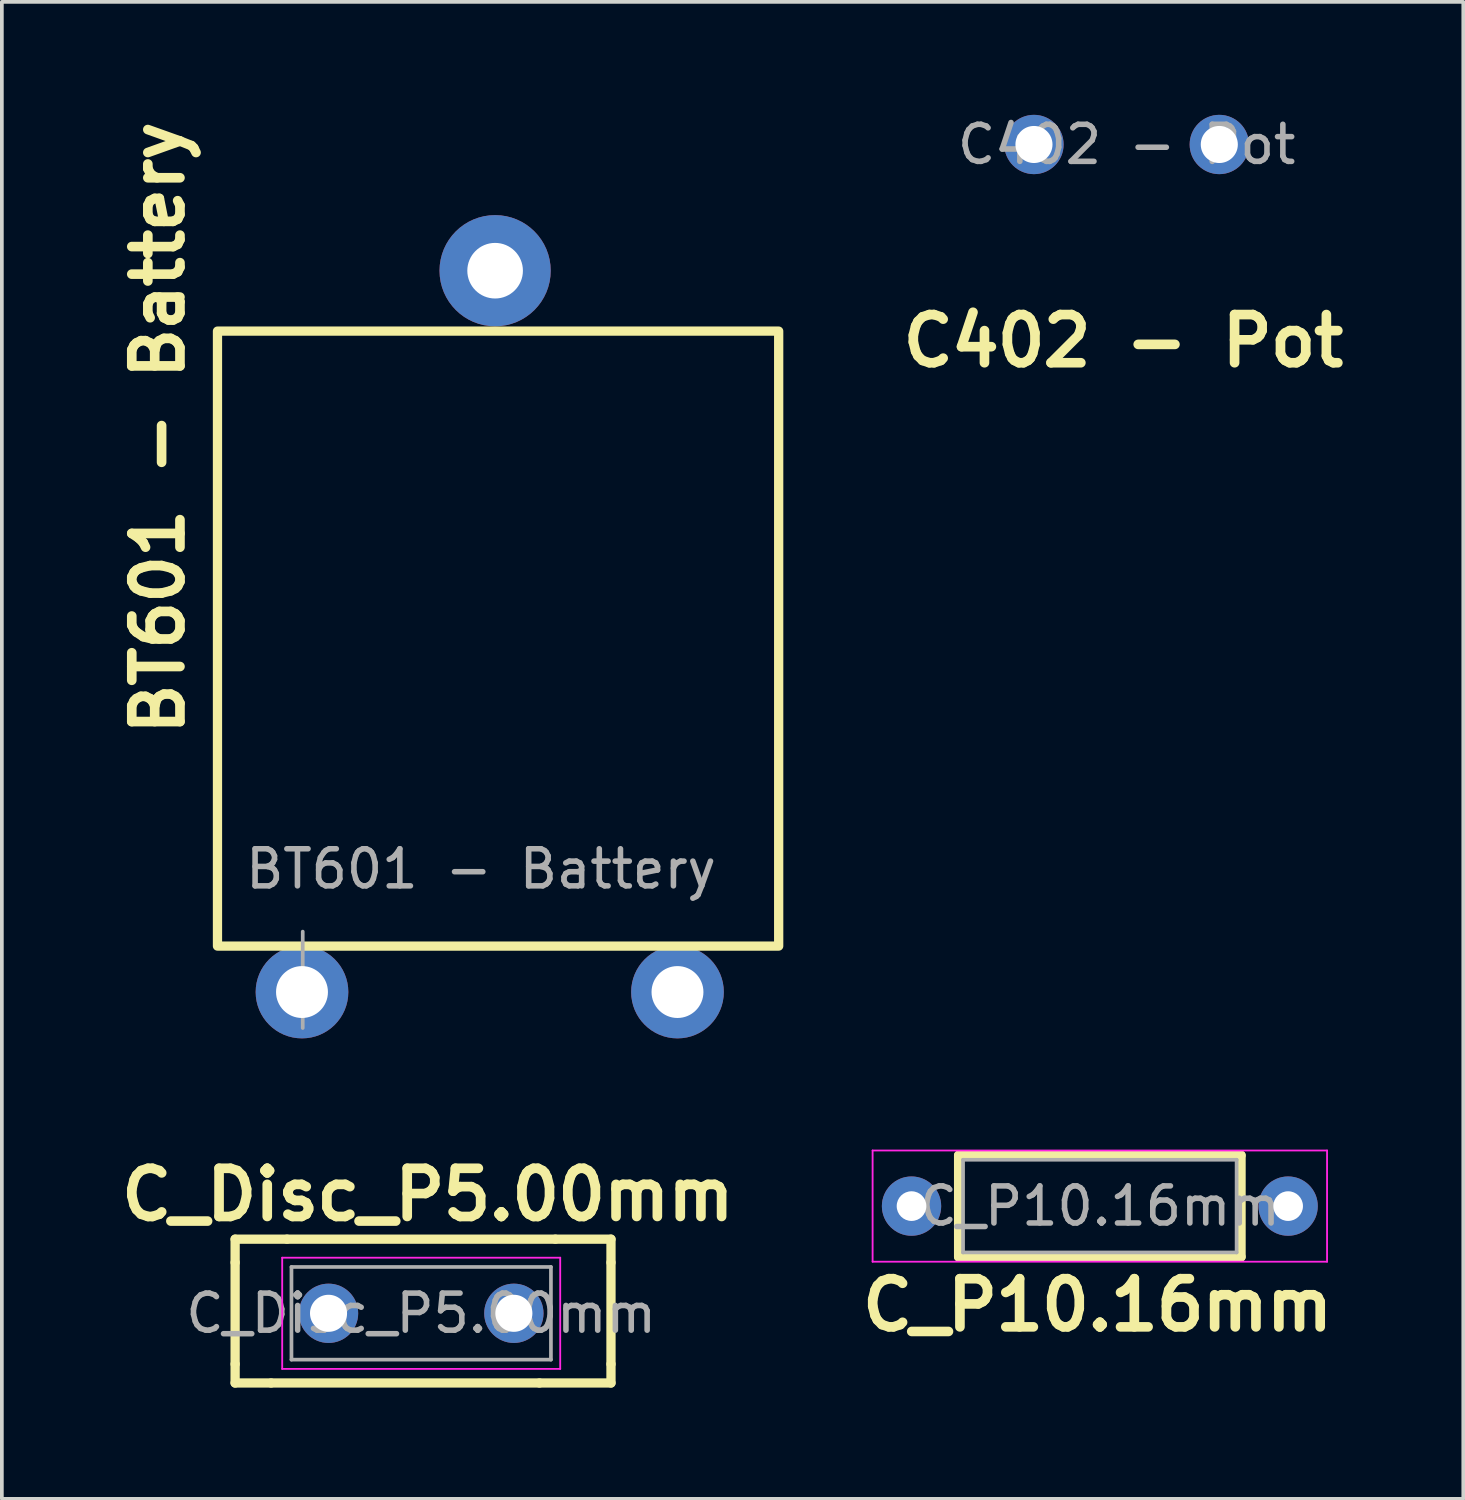
<source format=kicad_pcb>
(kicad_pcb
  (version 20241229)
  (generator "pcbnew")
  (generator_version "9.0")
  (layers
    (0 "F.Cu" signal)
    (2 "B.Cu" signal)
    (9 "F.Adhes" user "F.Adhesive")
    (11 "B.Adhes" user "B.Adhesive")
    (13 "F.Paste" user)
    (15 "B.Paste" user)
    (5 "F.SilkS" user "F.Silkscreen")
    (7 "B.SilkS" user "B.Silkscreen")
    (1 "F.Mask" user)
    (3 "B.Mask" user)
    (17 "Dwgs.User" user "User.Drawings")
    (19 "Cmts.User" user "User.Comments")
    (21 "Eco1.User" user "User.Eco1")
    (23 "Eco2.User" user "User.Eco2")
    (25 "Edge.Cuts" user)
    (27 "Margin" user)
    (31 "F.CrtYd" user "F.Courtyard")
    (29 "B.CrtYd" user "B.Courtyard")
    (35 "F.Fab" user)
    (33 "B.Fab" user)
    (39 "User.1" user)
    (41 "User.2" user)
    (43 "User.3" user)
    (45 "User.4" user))
  (footprint "C402 - Pot"
    (layer "F.Cu")
    (at 24.784 0.748)
    (property "Reference" "C402 - Pot" (at 2.47 5.4 0) (layer "F.SilkS") (effects (font (size 1.3 1.3) (thickness 0.26) (bold yes))))
    (attr through_hole)
    (fp_text user "${REFERENCE}" (at 2.56 0.1 0) (layer "F.Fab") (effects (font (size 1 1) (thickness 0.15))))
    (pad "1" thru_hole circle (at 0.06 0.1) (size 1.6 1.6) (drill 1) (layers "*.Cu" "*.Mask"))
    (pad "2" thru_hole circle (at 5.06 0.1) (size 1.6 1.6) (drill 1) (layers "*.Cu" "*.Mask")))
  (footprint "C_P10.16mm"
    (layer "F.Cu")
    (at 21.541 29.488)
    (property "Reference" "C_P10.16mm" (at 5.02 2.67 0) (layer "F.SilkS") (effects (font (size 1.3 1.3) (thickness 0.26) (bold yes))))
    (attr through_hole)
    (fp_line (start 1.27 -1.37) (end 1.27 1.37) (stroke (width 0.25) (type solid)) (layer "F.SilkS"))
    (fp_line (start 1.27 1.37) (end 8.89 1.37) (stroke (width 0.25) (type solid)) (layer "F.SilkS"))
    (fp_line (start 8.89 -1.37) (end 1.27 -1.37) (stroke (width 0.25) (type solid)) (layer "F.SilkS"))
    (fp_line (start 8.89 1.37) (end 8.89 -1.37) (stroke (width 0.25) (type solid)) (layer "F.SilkS"))
    (fp_line (start -1.05 -1.5) (end -1.05 1.5) (stroke (width 0.05) (type solid)) (layer "F.CrtYd"))
    (fp_line (start -1.05 1.5) (end 11.21 1.5) (stroke (width 0.05) (type solid)) (layer "F.CrtYd"))
    (fp_line (start 11.21 -1.5) (end -1.05 -1.5) (stroke (width 0.05) (type solid)) (layer "F.CrtYd"))
    (fp_line (start 11.21 1.5) (end 11.21 -1.5) (stroke (width 0.05) (type solid)) (layer "F.CrtYd"))
    (fp_line (start 1.39 -1.25) (end 1.39 1.25) (stroke (width 0.1) (type solid)) (layer "F.Fab"))
    (fp_line (start 1.39 1.25) (end 8.77 1.25) (stroke (width 0.1) (type solid)) (layer "F.Fab"))
    (fp_line (start 8.77 -1.25) (end 1.39 -1.25) (stroke (width 0.1) (type solid)) (layer "F.Fab"))
    (fp_line (start 8.77 1.25) (end 8.77 -1.25) (stroke (width 0.1) (type solid)) (layer "F.Fab"))
    (fp_text user "${REFERENCE}" (at 5.08 0 0) (layer "F.Fab") (effects (font (size 1 1) (thickness 0.15))))
    (pad "1" thru_hole circle (at 0 0) (size 1.6 1.6) (drill 0.8) (layers "*.Cu" "*.Mask"))
    (pad "2" thru_hole oval (at 10.16 0) (size 1.6 1.6) (drill 0.8) (layers "*.Cu" "*.Mask")))
  (footprint "C_Disc_P5.00mm"
    (layer "F.Cu")
    (at 8.373 32.35)
    (property "Reference" "C_Disc_P5.00mm" (at 0.12 -3.17 0) (layer "F.SilkS") (effects (font (size 1.3 1.3) (thickness 0.26) (bold yes))))
    (attr through_hole)
    (fp_line (start -5.08 -1.34) (end -5.08 -1.97) (stroke (width 0.25) (type default)) (layer "F.SilkS"))
    (fp_line (start -5.08 -1.34) (end -5.08 1.4) (stroke (width 0.25) (type solid)) (layer "F.SilkS"))
    (fp_line (start -5.08 1.4) (end -5.08 1.91) (stroke (width 0.25) (type default)) (layer "F.SilkS"))
    (fp_line (start -4.11 1.91) (end -5.08 1.91) (stroke (width 0.25) (type default)) (layer "F.SilkS"))
    (fp_line (start -4.11 1.91) (end 3.13 1.91) (stroke (width 0.25) (type solid)) (layer "F.SilkS"))
    (fp_line (start -3.68 -1.97) (end -5.08 -1.97) (stroke (width 0.25) (type default)) (layer "F.SilkS"))
    (fp_line (start -3.68 -1.97) (end 3.56 -1.97) (stroke (width 0.25) (type default)) (layer "F.SilkS"))
    (fp_line (start 3.13 1.91) (end 5.06 1.91) (stroke (width 0.25) (type default)) (layer "F.SilkS"))
    (fp_line (start 3.56 -1.97) (end 5.06 -1.97) (stroke (width 0.25) (type default)) (layer "F.SilkS"))
    (fp_line (start 5.06 -1.34) (end 5.06 -1.97) (stroke (width 0.25) (type default)) (layer "F.SilkS"))
    (fp_line (start 5.06 -1.34) (end 5.06 1.4) (stroke (width 0.25) (type solid)) (layer "F.SilkS"))
    (fp_line (start 5.06 1.4) (end 5.06 1.91) (stroke (width 0.25) (type default)) (layer "F.SilkS"))
    (fp_line (start -3.81 -1.47) (end -3.81 1.53) (stroke (width 0.05) (type solid)) (layer "F.CrtYd"))
    (fp_line (start -3.81 1.53) (end 3.69 1.53) (stroke (width 0.05) (type solid)) (layer "F.CrtYd"))
    (fp_line (start 3.69 -1.47) (end -3.81 -1.47) (stroke (width 0.05) (type solid)) (layer "F.CrtYd"))
    (fp_line (start 3.69 1.53) (end 3.69 -1.47) (stroke (width 0.05) (type solid)) (layer "F.CrtYd"))
    (fp_line (start -3.56 -1.22) (end -3.56 1.28) (stroke (width 0.1) (type solid)) (layer "F.Fab"))
    (fp_line (start -3.56 1.28) (end 3.44 1.28) (stroke (width 0.1) (type solid)) (layer "F.Fab"))
    (fp_line (start 3.44 -1.22) (end -3.56 -1.22) (stroke (width 0.1) (type solid)) (layer "F.Fab"))
    (fp_line (start 3.44 1.28) (end 3.44 -1.22) (stroke (width 0.1) (type solid)) (layer "F.Fab"))
    (fp_text user "${REFERENCE}" (at -0.06 0.03 0) (layer "F.Fab") (effects (font (size 1 1) (thickness 0.15))))
    (pad "1" thru_hole circle (at -2.56 0.03) (size 1.6 1.6) (drill 1) (layers "*.Cu" "*.Mask"))
    (pad "2" thru_hole circle (at 2.44 0.03) (size 1.6 1.6) (drill 1) (layers "*.Cu" "*.Mask")))
  (footprint "BT601 - Battery"
    (layer "F.Cu")
    (at 5.117 23.383)
    (property "Reference" "BT601 - Battery" (at -3.9 -14.89 90) (layer "F.SilkS") (effects (font (size 1.3 1.3) (thickness 0.26) (bold yes))))
    (attr through_hole)
    (fp_rect (start -2.3 -17.5) (end 12.84 -0.91) (stroke (width 0.25) (type default)) (fill no) (layer "F.SilkS"))
    (fp_line (start 0 -1.3) (end 0 1.3) (stroke (width 0.1) (type solid)) (layer "F.Fab"))
    (fp_text user "${REFERENCE}" (at 4.81 -2.99 0) (layer "F.Fab") (effects (font (size 1 1) (thickness 0.15))))
    (pad "1" thru_hole circle (at -0.02 0.33) (size 2.5 2.5) (drill 1.4) (layers "*.Cu" "*.Mask"))
    (pad "1" thru_hole circle (at 10.11 0.33) (size 2.5 2.5) (drill 1.4) (layers "*.Cu" "*.Mask"))
    (pad "2" thru_hole circle (at 5.19 -19.13) (size 3 3) (drill 1.5) (layers "*.Cu" "*.Mask")))
  (gr_rect
    (start -3 -3)
    (end 36.426 37.385)
    (stroke (width 0.1) (type default))
    (fill no)
    (layer "Edge.Cuts")))
</source>
